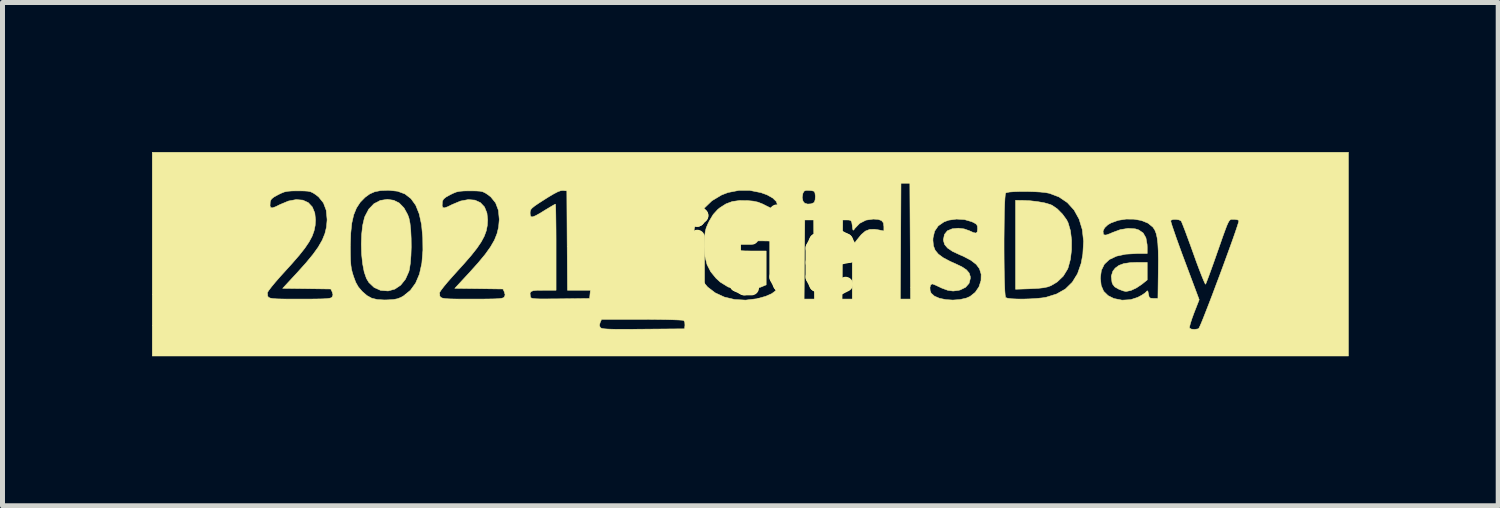
<source format=kicad_pcb>
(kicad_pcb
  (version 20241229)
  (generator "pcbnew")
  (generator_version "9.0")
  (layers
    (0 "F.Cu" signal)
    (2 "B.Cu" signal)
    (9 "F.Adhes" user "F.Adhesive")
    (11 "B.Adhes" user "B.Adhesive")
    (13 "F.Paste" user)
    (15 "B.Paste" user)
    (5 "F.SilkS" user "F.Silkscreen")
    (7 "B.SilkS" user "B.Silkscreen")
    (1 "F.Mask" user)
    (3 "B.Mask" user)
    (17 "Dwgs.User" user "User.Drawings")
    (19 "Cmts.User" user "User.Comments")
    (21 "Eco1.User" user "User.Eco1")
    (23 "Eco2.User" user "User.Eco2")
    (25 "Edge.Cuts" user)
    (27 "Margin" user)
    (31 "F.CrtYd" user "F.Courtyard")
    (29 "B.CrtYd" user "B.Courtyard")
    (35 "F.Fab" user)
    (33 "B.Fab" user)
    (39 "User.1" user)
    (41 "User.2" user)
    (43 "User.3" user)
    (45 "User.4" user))
  (footprint "title"
    (layer "F.Cu")
    (at 11.994 2.037)
    (property "Reference" "title" (at 0 0 0) (layer "F.SilkS") (effects (font (size 1.524 1.524) (thickness 0.3))))
    (attr through_hole)
    (fp_poly (pts (xy 7.976 0.53) (xy 7.868 0.617) (xy 7.759 0.69) (xy 7.65 0.741) (xy 7.555 0.761) (xy 7.546 0.761) (xy 7.499 0.751) (xy 7.429 0.725) (xy 7.4 0.713) (xy 7.324 0.669) (xy 7.283 0.616) (xy 7.269 0.577) (xy 7.255 0.455) (xy 7.287 0.353) (xy 7.334 0.293) (xy 7.409 0.238) (xy 7.507 0.202) (xy 7.639 0.183) (xy 7.779 0.178) (xy 7.976 0.178) (xy 7.976 0.53)) (stroke (width 0.01) (type solid)) (fill yes) (layer "F.SilkS"))
    (fp_poly (pts (xy 5.467 -1.066) (xy 5.623 -1.059) (xy 5.778 -1.041) (xy 5.918 -1.016) (xy 6.028 -0.984) (xy 6.066 -0.968) (xy 6.172 -0.895) (xy 6.275 -0.791) (xy 6.358 -0.677) (xy 6.388 -0.618) (xy 6.435 -0.459) (xy 6.458 -0.271) (xy 6.457 -0.073) (xy 6.434 0.119) (xy 6.388 0.288) (xy 6.377 0.314) (xy 6.292 0.453) (xy 6.169 0.571) (xy 6.045 0.645) (xy 5.977 0.67) (xy 5.894 0.687) (xy 5.786 0.699) (xy 5.639 0.706) (xy 5.632 0.707) (xy 5.334 0.717) (xy 5.334 -1.067) (xy 5.467 -1.066)) (stroke (width 0.01) (type solid)) (fill yes) (layer "F.SilkS"))
    (fp_poly (pts (xy -7.143 -1.068) (xy -7.033 -1.013) (xy -6.937 -0.914) (xy -6.863 -0.779) (xy -6.838 -0.711) (xy -6.817 -0.608) (xy -6.802 -0.467) (xy -6.794 -0.303) (xy -6.792 -0.129) (xy -6.798 0.041) (xy -6.81 0.194) (xy -6.829 0.318) (xy -6.839 0.36) (xy -6.908 0.515) (xy -7.004 0.635) (xy -7.121 0.714) (xy -7.256 0.751) (xy -7.401 0.74) (xy -7.408 0.739) (xy -7.537 0.681) (xy -7.641 0.583) (xy -7.691 0.5) (xy -7.736 0.37) (xy -7.768 0.203) (xy -7.788 0.013) (xy -7.794 -0.187) (xy -7.787 -0.384) (xy -7.767 -0.564) (xy -7.732 -0.714) (xy -7.722 -0.743) (xy -7.644 -0.891) (xy -7.54 -0.999) (xy -7.413 -1.065) (xy -7.27 -1.087) (xy -7.143 -1.068)) (stroke (width 0.01) (type solid)) (fill yes) (layer "F.SilkS"))
    (fp_poly (pts (xy 12.014 2.057) (xy -11.989 2.057) (xy -11.989 1.442) (xy -3.017 1.442) (xy -2.998 1.485) (xy -2.983 1.496) (xy -2.957 1.505) (xy -2.913 1.511) (xy -2.847 1.516) (xy -2.753 1.519) (xy -2.627 1.52) (xy -2.462 1.52) (xy -2.255 1.519) (xy -2.137 1.518) (xy -1.308 1.511) (xy -1.3 1.438) (xy -1.304 1.376) (xy -1.325 1.343) (xy -1.358 1.338) (xy -1.435 1.333) (xy -1.551 1.329) (xy -1.698 1.325) (xy -1.87 1.323) (xy -2.061 1.321) (xy -2.166 1.321) (xy -2.973 1.321) (xy -3.001 1.384) (xy -3.017 1.442) (xy -11.989 1.442) (xy -11.989 0.786) (xy -9.677 0.786) (xy -9.677 0.825) (xy -9.672 0.856) (xy -9.656 0.878) (xy -9.624 0.894) (xy -9.569 0.904) (xy -9.487 0.91) (xy -9.37 0.913) (xy -9.215 0.914) (xy -9.03 0.914) (xy -8.833 0.914) (xy -8.68 0.912) (xy -8.567 0.91) (xy -8.486 0.905) (xy -8.433 0.898) (xy -8.4 0.889) (xy -8.382 0.877) (xy -8.381 0.876) (xy -8.362 0.831) (xy -8.377 0.774) (xy -8.406 0.712) (xy -8.889 0.705) (xy -9.372 0.699) (xy -9.079 0.383) (xy -8.903 0.187) (xy -8.763 0.017) (xy -8.655 -0.133) (xy -8.652 -0.14) (xy -8.014 -0.14) (xy -8.013 0.02) (xy -8.01 0.141) (xy -8.003 0.233) (xy -7.992 0.31) (xy -7.974 0.383) (xy -7.951 0.457) (xy -7.906 0.578) (xy -7.854 0.67) (xy -7.783 0.753) (xy -7.772 0.765) (xy -7.679 0.845) (xy -7.584 0.897) (xy -7.471 0.924) (xy -7.329 0.932) (xy -7.259 0.93) (xy -7.147 0.923) (xy -7.066 0.907) (xy -6.996 0.879) (xy -6.944 0.849) (xy -6.867 0.786) (xy -6.223 0.786) (xy -6.223 0.825) (xy -6.217 0.856) (xy -6.201 0.878) (xy -6.169 0.894) (xy -6.115 0.904) (xy -6.032 0.91) (xy -5.916 0.913) (xy -5.76 0.914) (xy -5.576 0.914) (xy -5.378 0.914) (xy -5.226 0.912) (xy -5.113 0.91) (xy -5.032 0.905) (xy -4.978 0.898) (xy -4.946 0.889) (xy -4.928 0.877) (xy -4.927 0.876) (xy -4.908 0.831) (xy -4.917 0.796) (xy -4.408 0.796) (xy -4.404 0.846) (xy -4.399 0.87) (xy -4.392 0.885) (xy -4.376 0.896) (xy -4.344 0.903) (xy -4.29 0.908) (xy -4.208 0.911) (xy -4.091 0.911) (xy -3.934 0.91) (xy -3.801 0.909) (xy -3.213 0.902) (xy -3.197 0.737) (xy -3.657 0.737) (xy -3.663 -0.14) (xy -1.151 -0.14) (xy -1.13 0.111) (xy -1.07 0.33) (xy -0.971 0.521) (xy -0.846 0.672) (xy -0.693 0.789) (xy -0.509 0.874) (xy -0.302 0.923) (xy -0.082 0.935) (xy 0.09 0.914) (xy 1.091 0.914) (xy 1.296 0.914) (xy 1.853 0.914) (xy 2.057 0.914) (xy 3.022 0.914) (xy 3.226 0.914) (xy 3.225 0.682) (xy 3.616 0.682) (xy 3.62 0.745) (xy 3.64 0.796) (xy 3.706 0.855) (xy 3.808 0.899) (xy 3.936 0.925) (xy 4.075 0.934) (xy 4.216 0.924) (xy 4.345 0.895) (xy 4.421 0.862) (xy 4.525 0.779) (xy 4.6 0.669) (xy 4.641 0.543) (xy 4.644 0.415) (xy 4.61 0.305) (xy 4.545 0.218) (xy 4.439 0.136) (xy 4.288 0.056) (xy 4.215 0.025) (xy 4.069 -0.043) (xy 4.002 -0.089) (xy 5.103 -0.089) (xy 5.104 0.111) (xy 5.106 0.301) (xy 5.109 0.475) (xy 5.114 0.627) (xy 5.119 0.749) (xy 5.126 0.836) (xy 5.134 0.88) (xy 5.136 0.884) (xy 5.176 0.898) (xy 5.256 0.908) (xy 5.364 0.913) (xy 5.491 0.914) (xy 5.625 0.91) (xy 5.756 0.902) (xy 5.872 0.89) (xy 5.947 0.878) (xy 6.158 0.812) (xy 6.333 0.713) (xy 6.472 0.577) (xy 6.527 0.488) (xy 7.036 0.488) (xy 7.052 0.641) (xy 7.102 0.758) (xy 7.191 0.845) (xy 7.307 0.903) (xy 7.472 0.936) (xy 7.643 0.926) (xy 7.785 0.88) (xy 7.864 0.838) (xy 7.927 0.796) (xy 7.95 0.775) (xy 7.976 0.748) (xy 7.99 0.758) (xy 8 0.811) (xy 8.001 0.815) (xy 8.015 0.874) (xy 8.044 0.897) (xy 8.103 0.902) (xy 8.191 0.902) (xy 8.198 0.356) (xy 8.2 0.127) (xy 8.197 -0.057) (xy 8.189 -0.203) (xy 8.175 -0.317) (xy 8.155 -0.404) (xy 8.128 -0.472) (xy 8.092 -0.526) (xy 8.088 -0.531) (xy 7.992 -0.609) (xy 7.863 -0.662) (xy 7.858 -0.663) (xy 8.447 -0.663) (xy 8.452 -0.634) (xy 8.473 -0.564) (xy 8.509 -0.458) (xy 8.556 -0.321) (xy 8.614 -0.16) (xy 8.679 0.019) (xy 8.726 0.144) (xy 9.019 0.927) (xy 8.913 1.198) (xy 8.873 1.308) (xy 8.843 1.401) (xy 8.826 1.468) (xy 8.825 1.496) (xy 8.862 1.517) (xy 8.924 1.523) (xy 8.987 1.514) (xy 9.01 1.504) (xy 9.025 1.476) (xy 9.056 1.407) (xy 9.099 1.302) (xy 9.152 1.167) (xy 9.214 1.008) (xy 9.282 0.831) (xy 9.353 0.641) (xy 9.427 0.445) (xy 9.5 0.248) (xy 9.57 0.056) (xy 9.636 -0.125) (xy 9.695 -0.289) (xy 9.744 -0.43) (xy 9.782 -0.543) (xy 9.807 -0.622) (xy 9.816 -0.66) (xy 9.816 -0.662) (xy 9.783 -0.678) (xy 9.722 -0.686) (xy 9.713 -0.686) (xy 9.685 -0.686) (xy 9.662 -0.685) (xy 9.642 -0.676) (xy 9.621 -0.655) (xy 9.599 -0.616) (xy 9.572 -0.556) (xy 9.539 -0.468) (xy 9.495 -0.348) (xy 9.44 -0.19) (xy 9.37 0.009) (xy 9.36 0.038) (xy 9.304 0.197) (xy 9.252 0.341) (xy 9.208 0.461) (xy 9.174 0.551) (xy 9.153 0.605) (xy 9.147 0.616) (xy 9.134 0.598) (xy 9.107 0.538) (xy 9.068 0.443) (xy 9.019 0.317) (xy 8.963 0.168) (xy 8.905 0.006) (xy 8.844 -0.164) (xy 8.787 -0.319) (xy 8.738 -0.452) (xy 8.697 -0.557) (xy 8.669 -0.627) (xy 8.656 -0.654) (xy 8.615 -0.675) (xy 8.551 -0.685) (xy 8.488 -0.682) (xy 8.449 -0.665) (xy 8.447 -0.663) (xy 7.858 -0.663) (xy 7.712 -0.689) (xy 7.552 -0.691) (xy 7.394 -0.666) (xy 7.25 -0.614) (xy 7.186 -0.577) (xy 7.122 -0.517) (xy 7.09 -0.452) (xy 7.095 -0.393) (xy 7.108 -0.375) (xy 7.148 -0.37) (xy 7.228 -0.398) (xy 7.279 -0.421) (xy 7.436 -0.479) (xy 7.592 -0.504) (xy 7.736 -0.495) (xy 7.806 -0.473) (xy 7.894 -0.412) (xy 7.95 -0.315) (xy 7.974 -0.178) (xy 7.976 -0.128) (xy 7.976 0) (xy 7.774 0) (xy 7.546 0.013) (xy 7.36 0.053) (xy 7.217 0.12) (xy 7.116 0.215) (xy 7.056 0.337) (xy 7.036 0.488) (xy 6.527 0.488) (xy 6.578 0.405) (xy 6.651 0.195) (xy 6.684 0.013) (xy 6.699 -0.245) (xy 6.673 -0.481) (xy 6.609 -0.691) (xy 6.509 -0.872) (xy 6.374 -1.021) (xy 6.206 -1.135) (xy 6.014 -1.208) (xy 5.935 -1.223) (xy 5.827 -1.234) (xy 5.7 -1.241) (xy 5.564 -1.245) (xy 5.431 -1.245) (xy 5.311 -1.241) (xy 5.214 -1.234) (xy 5.152 -1.222) (xy 5.136 -1.214) (xy 5.128 -1.181) (xy 5.121 -1.104) (xy 5.115 -0.99) (xy 5.11 -0.844) (xy 5.107 -0.675) (xy 5.105 -0.488) (xy 5.103 -0.29) (xy 5.103 -0.089) (xy 4.002 -0.089) (xy 3.97 -0.11) (xy 3.911 -0.18) (xy 3.888 -0.258) (xy 3.887 -0.278) (xy 3.907 -0.382) (xy 3.965 -0.455) (xy 4.063 -0.496) (xy 4.184 -0.508) (xy 4.302 -0.494) (xy 4.407 -0.457) (xy 4.491 -0.419) (xy 4.541 -0.41) (xy 4.565 -0.434) (xy 4.572 -0.492) (xy 4.572 -0.497) (xy 4.568 -0.553) (xy 4.547 -0.589) (xy 4.496 -0.62) (xy 4.454 -0.639) (xy 4.309 -0.681) (xy 4.148 -0.691) (xy 3.992 -0.669) (xy 3.899 -0.635) (xy 3.783 -0.555) (xy 3.71 -0.448) (xy 3.678 -0.312) (xy 3.676 -0.265) (xy 3.686 -0.157) (xy 3.72 -0.067) (xy 3.785 0.012) (xy 3.885 0.086) (xy 4.026 0.16) (xy 4.119 0.201) (xy 4.256 0.266) (xy 4.348 0.327) (xy 4.403 0.391) (xy 4.426 0.463) (xy 4.427 0.499) (xy 4.401 0.599) (xy 4.331 0.678) (xy 4.223 0.731) (xy 4.191 0.739) (xy 4.081 0.753) (xy 3.974 0.738) (xy 3.852 0.693) (xy 3.804 0.67) (xy 3.732 0.636) (xy 3.677 0.614) (xy 3.659 0.61) (xy 3.63 0.631) (xy 3.616 0.682) (xy 3.225 0.682) (xy 3.213 -1.41) (xy 3.035 -1.41) (xy 3.029 -0.248) (xy 3.022 0.914) (xy 2.057 0.914) (xy 2.057 -0.146) (xy 2.149 -0.27) (xy 2.239 -0.38) (xy 2.321 -0.45) (xy 2.406 -0.483) (xy 2.505 -0.486) (xy 2.597 -0.472) (xy 2.692 -0.452) (xy 2.692 -0.54) (xy 2.682 -0.615) (xy 2.645 -0.661) (xy 2.575 -0.685) (xy 2.478 -0.691) (xy 2.333 -0.67) (xy 2.207 -0.606) (xy 2.111 -0.506) (xy 2.108 -0.502) (xy 2.085 -0.47) (xy 2.072 -0.471) (xy 2.063 -0.511) (xy 2.058 -0.559) (xy 2.047 -0.629) (xy 2.029 -0.662) (xy 1.992 -0.672) (xy 1.956 -0.673) (xy 1.867 -0.673) (xy 1.853 0.914) (xy 1.296 0.914) (xy 1.289 0.121) (xy 1.283 -0.673) (xy 1.105 -0.673) (xy 1.091 0.914) (xy 0.09 0.914) (xy 0.143 0.908) (xy 0.172 0.901) (xy 0.325 0.857) (xy 0.441 0.806) (xy 0.516 0.75) (xy 0.542 0.706) (xy 0.55 0.652) (xy 0.555 0.56) (xy 0.558 0.443) (xy 0.559 0.311) (xy 0.557 0.174) (xy 0.554 0.044) (xy 0.549 -0.069) (xy 0.542 -0.155) (xy 0.534 -0.202) (xy 0.533 -0.205) (xy 0.519 -0.224) (xy 0.495 -0.237) (xy 0.454 -0.246) (xy 0.388 -0.251) (xy 0.288 -0.253) (xy 0.146 -0.254) (xy 0.128 -0.254) (xy -0.019 -0.254) (xy -0.122 -0.252) (xy -0.191 -0.247) (xy -0.232 -0.239) (xy -0.254 -0.227) (xy -0.265 -0.209) (xy -0.266 -0.204) (xy -0.268 -0.142) (xy -0.255 -0.103) (xy -0.238 -0.08) (xy -0.212 -0.065) (xy -0.165 -0.056) (xy -0.09 -0.052) (xy 0.025 -0.051) (xy 0.052 -0.051) (xy 0.33 -0.051) (xy 0.33 0.629) (xy 0.222 0.674) (xy 0.139 0.699) (xy 0.03 0.719) (xy -0.064 0.73) (xy -0.26 0.722) (xy -0.434 0.671) (xy -0.592 0.573) (xy -0.676 0.496) (xy -0.783 0.365) (xy -0.856 0.223) (xy -0.898 0.058) (xy -0.912 -0.138) (xy -0.91 -0.229) (xy -0.903 -0.352) (xy -0.892 -0.442) (xy -0.873 -0.516) (xy -0.84 -0.594) (xy -0.812 -0.651) (xy -0.733 -0.783) (xy -0.643 -0.882) (xy -0.599 -0.918) (xy -0.477 -0.996) (xy -0.351 -1.043) (xy -0.207 -1.063) (xy -0.05 -1.062) (xy 0.07 -1.051) (xy 0.164 -1.031) (xy 0.258 -0.994) (xy 0.335 -0.955) (xy 0.431 -0.908) (xy 0.491 -0.885) (xy 0.525 -0.884) (xy 0.537 -0.894) (xy 0.559 -0.969) (xy 0.534 -1.043) (xy 0.463 -1.113) (xy 0.444 -1.124) (xy 1.053 -1.124) (xy 1.069 -1.05) (xy 1.102 -1.01) (xy 1.162 -0.992) (xy 1.233 -0.997) (xy 1.288 -1.021) (xy 1.294 -1.027) (xy 1.312 -1.075) (xy 1.317 -1.146) (xy 1.316 -1.16) (xy 1.308 -1.221) (xy 1.287 -1.251) (xy 1.238 -1.262) (xy 1.2 -1.265) (xy 1.13 -1.267) (xy 1.092 -1.252) (xy 1.07 -1.214) (xy 1.066 -1.205) (xy 1.053 -1.124) (xy 0.444 -1.124) (xy 0.349 -1.177) (xy 0.225 -1.222) (xy 0.004 -1.266) (xy -0.221 -1.266) (xy -0.437 -1.224) (xy -0.564 -1.175) (xy -0.758 -1.059) (xy -0.914 -0.909) (xy -1.031 -0.727) (xy -1.109 -0.514) (xy -1.147 -0.271) (xy -1.151 -0.14) (xy -3.663 -0.14) (xy -3.664 -0.26) (xy -3.67 -1.257) (xy -3.747 -1.265) (xy -3.791 -1.261) (xy -3.85 -1.24) (xy -3.931 -1.198) (xy -4.042 -1.132) (xy -4.115 -1.086) (xy -4.232 -1.011) (xy -4.313 -0.956) (xy -4.364 -0.915) (xy -4.392 -0.883) (xy -4.404 -0.852) (xy -4.407 -0.816) (xy -4.407 -0.812) (xy -4.403 -0.763) (xy -4.387 -0.737) (xy -4.353 -0.736) (xy -4.294 -0.76) (xy -4.204 -0.81) (xy -4.116 -0.865) (xy -4.026 -0.919) (xy -3.954 -0.962) (xy -3.909 -0.987) (xy -3.899 -0.991) (xy -3.896 -0.966) (xy -3.893 -0.897) (xy -3.891 -0.788) (xy -3.889 -0.646) (xy -3.887 -0.477) (xy -3.886 -0.286) (xy -3.886 -0.127) (xy -3.886 0.737) (xy -4.138 0.737) (xy -4.263 0.738) (xy -4.345 0.746) (xy -4.391 0.765) (xy -4.408 0.796) (xy -4.917 0.796) (xy -4.923 0.774) (xy -4.951 0.712) (xy -5.435 0.705) (xy -5.918 0.699) (xy -5.625 0.383) (xy -5.449 0.187) (xy -5.308 0.017) (xy -5.201 -0.133) (xy -5.122 -0.27) (xy -5.07 -0.401) (xy -5.039 -0.53) (xy -5.027 -0.665) (xy -5.026 -0.689) (xy -5.043 -0.868) (xy -5.099 -1.016) (xy -5.195 -1.135) (xy -5.254 -1.181) (xy -5.308 -1.216) (xy -5.357 -1.239) (xy -5.413 -1.251) (xy -5.492 -1.256) (xy -5.608 -1.257) (xy -5.611 -1.257) (xy -5.731 -1.256) (xy -5.817 -1.249) (xy -5.885 -1.235) (xy -5.952 -1.208) (xy -6.009 -1.18) (xy -6.094 -1.133) (xy -6.142 -1.094) (xy -6.164 -1.054) (xy -6.168 -1.032) (xy -6.172 -0.96) (xy -6.159 -0.922) (xy -6.123 -0.916) (xy -6.056 -0.94) (xy -5.972 -0.982) (xy -5.802 -1.053) (xy -5.647 -1.082) (xy -5.514 -1.071) (xy -5.404 -1.021) (xy -5.322 -0.934) (xy -5.273 -0.812) (xy -5.259 -0.676) (xy -5.266 -0.563) (xy -5.287 -0.455) (xy -5.327 -0.347) (xy -5.388 -0.233) (xy -5.474 -0.106) (xy -5.588 0.038) (xy -5.734 0.206) (xy -5.861 0.346) (xy -5.969 0.466) (xy -6.065 0.575) (xy -6.142 0.668) (xy -6.196 0.739) (xy -6.222 0.78) (xy -6.223 0.786) (xy -6.867 0.786) (xy -6.809 0.739) (xy -6.704 0.594) (xy -6.627 0.413) (xy -6.579 0.193) (xy -6.558 -0.067) (xy -6.561 -0.318) (xy -6.585 -0.579) (xy -6.632 -0.795) (xy -6.702 -0.969) (xy -6.797 -1.101) (xy -6.918 -1.195) (xy -7.067 -1.25) (xy -7.244 -1.269) (xy -7.252 -1.269) (xy -7.405 -1.263) (xy -7.524 -1.24) (xy -7.624 -1.196) (xy -7.718 -1.128) (xy -7.816 -1.028) (xy -7.891 -0.913) (xy -7.947 -0.776) (xy -7.985 -0.609) (xy -8.006 -0.407) (xy -8.014 -0.162) (xy -8.014 -0.14) (xy -8.652 -0.14) (xy -8.577 -0.27) (xy -8.524 -0.401) (xy -8.493 -0.53) (xy -8.481 -0.665) (xy -8.481 -0.689) (xy -8.498 -0.868) (xy -8.554 -1.016) (xy -8.65 -1.135) (xy -8.708 -1.181) (xy -8.762 -1.216) (xy -8.811 -1.239) (xy -8.868 -1.251) (xy -8.947 -1.256) (xy -9.062 -1.257) (xy -9.065 -1.257) (xy -9.185 -1.256) (xy -9.271 -1.249) (xy -9.339 -1.235) (xy -9.406 -1.208) (xy -9.463 -1.18) (xy -9.548 -1.133) (xy -9.596 -1.094) (xy -9.618 -1.054) (xy -9.622 -1.032) (xy -9.626 -0.96) (xy -9.614 -0.922) (xy -9.577 -0.916) (xy -9.51 -0.94) (xy -9.426 -0.982) (xy -9.256 -1.053) (xy -9.102 -1.082) (xy -8.968 -1.071) (xy -8.858 -1.021) (xy -8.777 -0.934) (xy -8.727 -0.812) (xy -8.713 -0.676) (xy -8.72 -0.563) (xy -8.742 -0.455) (xy -8.781 -0.347) (xy -8.842 -0.233) (xy -8.928 -0.106) (xy -9.042 0.038) (xy -9.188 0.206) (xy -9.315 0.346) (xy -9.424 0.466) (xy -9.519 0.575) (xy -9.596 0.668) (xy -9.65 0.739) (xy -9.676 0.78) (xy -9.677 0.786) (xy -11.989 0.786) (xy -11.989 -2.032) (xy 12.014 -2.032) (xy 12.014 2.057)) (stroke (width 0.01) (type solid)) (fill yes) (layer "F.SilkS")))
  (gr_rect
    (start -3 -3)
    (end 27.013 7.099)
    (stroke (width 0.1) (type default))
    (fill no)
    (layer "Edge.Cuts")))
</source>
